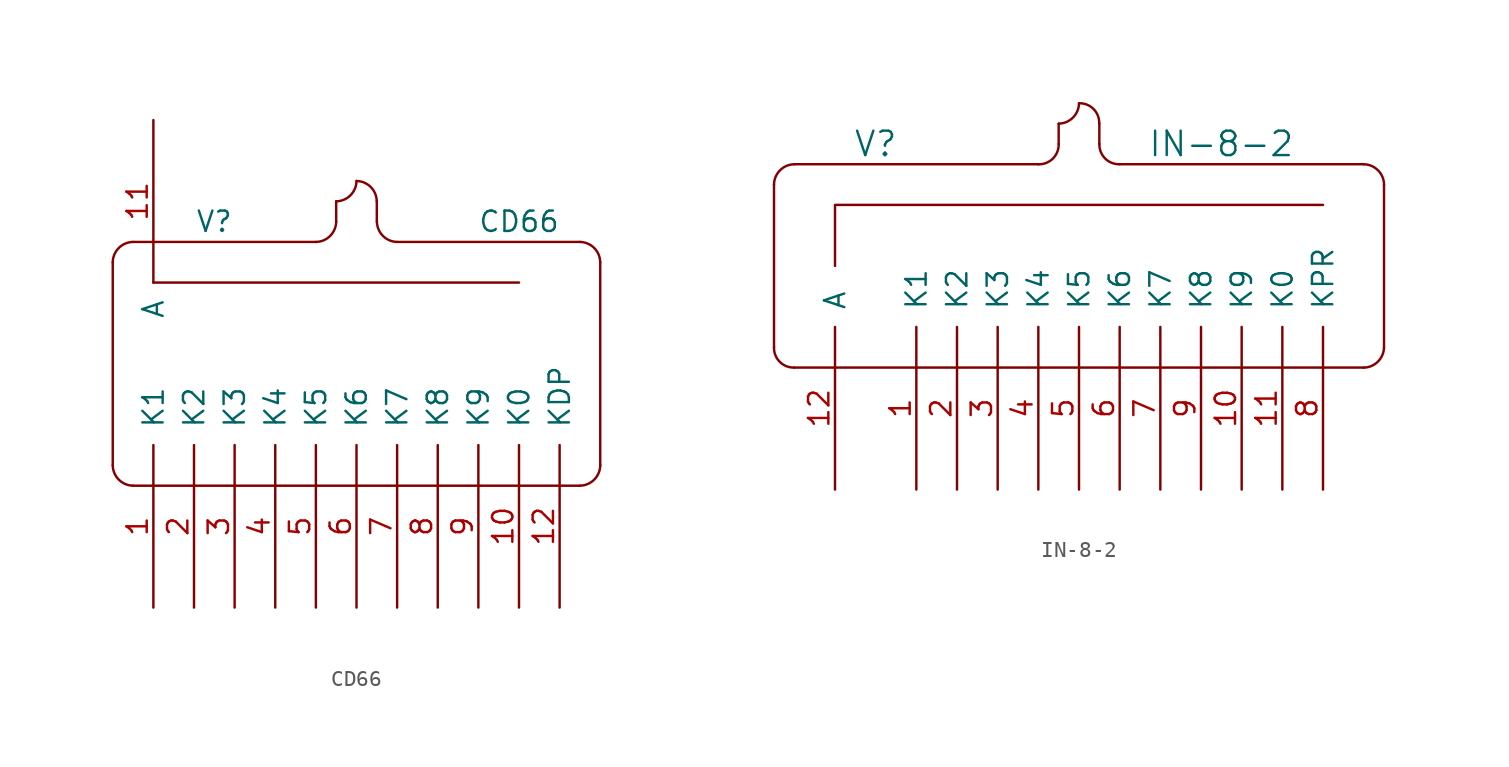
<source format=kicad_sym>
(kicad_symbol_lib
  (version 20211014)
  (generator kicad_symbol_editor)
  (symbol "CD66"
    (pin_names
      (offset 1.016))
    (property "Reference" "V"
      (at -8.89 8.89 0)
      (effects (font (size 1.27 1.27))))
    (property "Value" "CD66"
      (at 10.16 8.89 0)
      (effects (font (size 1.27 1.27))))
    (property "Footprint" ""
      (at 3.81 -1.27 0)
      (effects (font (size 1.524 1.524))))
    (property "Datasheet" ""
      (at 3.81 -1.27 0)
      (effects (font (size 1.524 1.524))))
    (symbol "CD66_0_1"
      (arc (start -15.24 -6.35) (mid -14.8666 -7.2388) (end -13.97 -7.62) (stroke (width 0) (type default) (color 0 0 0 0)) (fill (type none)))
      (arc (start -13.97 7.62) (mid -14.8588 7.2466) (end -15.24 6.35) (stroke (width 0) (type default) (color 0 0 0 0)) (fill (type none)))
      (arc (start -2.54 7.62) (mid -1.6512 7.9934) (end -1.27 8.89) (stroke (width 0) (type default) (color 0 0 0 0)) (fill (type none)))
      (arc (start -1.27 10.16) (mid -0.3812 10.5334) (end 0 11.43) (stroke (width 0) (type default) (color 0 0 0 0)) (fill (type none)))
      (polyline (pts (xy -15.24 -6.35) (xy -15.24 6.35)) (stroke (width 0) (type default) (color 0 0 0 0)) (fill (type none)))
      (polyline (pts (xy -12.7 5.08) (xy 10.16 5.08)) (stroke (width 0) (type default) (color 0 0 0 0)) (fill (type none)))
      (polyline (pts (xy -2.54 7.62) (xy -13.97 7.62)) (stroke (width 0) (type default) (color 0 0 0 0)) (fill (type none)))
      (polyline (pts (xy -1.27 8.89) (xy -1.27 10.16)) (stroke (width 0) (type default) (color 0 0 0 0)) (fill (type none)))
      (polyline (pts (xy 1.27 8.89) (xy 1.27 10.16)) (stroke (width 0) (type default) (color 0 0 0 0)) (fill (type none)))
      (polyline (pts (xy 13.97 -7.62) (xy -13.97 -7.62)) (stroke (width 0) (type default) (color 0 0 0 0)) (fill (type none)))
      (polyline (pts (xy 13.97 7.62) (xy 2.54 7.62)) (stroke (width 0) (type default) (color 0 0 0 0)) (fill (type none)))
      (polyline (pts (xy 15.24 -6.35) (xy 15.24 6.35)) (stroke (width 0) (type default) (color 0 0 0 0)) (fill (type none)))
      (arc (start 1.27 8.89) (mid 1.6434 8.0012) (end 2.54 7.62) (stroke (width 0) (type default) (color 0 0 0 0)) (fill (type none)))
      (arc (start 1.27 10.16) (mid 0.8966 11.0488) (end 0 11.43) (stroke (width 0) (type default) (color 0 0 0 0)) (fill (type none)))
      (arc (start 13.97 -7.62) (mid 14.8588 -7.2466) (end 15.24 -6.35) (stroke (width 0) (type default) (color 0 0 0 0)) (fill (type none)))
      (arc (start 15.24 6.35) (mid 14.8666 7.2388) (end 13.97 7.62) (stroke (width 0) (type default) (color 0 0 0 0)) (fill (type none))))
    (symbol "CD66_1_1"
      (pin passive line (at -12.7 -15.24 90) (length 10.16) (name "K1" (effects (font (size 1.27 1.27)))) (number "1" (effects (font (size 1.27 1.27)))))
      (pin passive line (at 10.16 -15.24 90) (length 10.16) (name "K0" (effects (font (size 1.27 1.27)))) (number "10" (effects (font (size 1.27 1.27)))))
      (pin passive line (at -12.7 15.24 270) (length 10.16) (name "A" (effects (font (size 1.27 1.27)))) (number "11" (effects (font (size 1.27 1.27)))))
      (pin passive line (at 12.7 -15.24 90) (length 10.16) (name "KDP" (effects (font (size 1.27 1.27)))) (number "12" (effects (font (size 1.27 1.27)))))
      (pin passive line (at -10.16 -15.24 90) (length 10.16) (name "K2" (effects (font (size 1.27 1.27)))) (number "2" (effects (font (size 1.27 1.27)))))
      (pin passive line (at -7.62 -15.24 90) (length 10.16) (name "K3" (effects (font (size 1.27 1.27)))) (number "3" (effects (font (size 1.27 1.27)))))
      (pin passive line (at -5.08 -15.24 90) (length 10.16) (name "K4" (effects (font (size 1.27 1.27)))) (number "4" (effects (font (size 1.27 1.27)))))
      (pin passive line (at -2.54 -15.24 90) (length 10.16) (name "K5" (effects (font (size 1.27 1.27)))) (number "5" (effects (font (size 1.27 1.27)))))
      (pin passive line (at 0 -15.24 90) (length 10.16) (name "K6" (effects (font (size 1.27 1.27)))) (number "6" (effects (font (size 1.27 1.27)))))
      (pin passive line (at 2.54 -15.24 90) (length 10.16) (name "K7" (effects (font (size 1.27 1.27)))) (number "7" (effects (font (size 1.27 1.27)))))
      (pin passive line (at 5.08 -15.24 90) (length 10.16) (name "K8" (effects (font (size 1.27 1.27)))) (number "8" (effects (font (size 1.27 1.27)))))
      (pin passive line (at 7.62 -15.24 90) (length 10.16) (name "K9" (effects (font (size 1.27 1.27)))) (number "9" (effects (font (size 1.27 1.27)))))))
  (symbol "IN-8-2"
    (pin_names
      (offset 1.016))
    (property "Reference" "V"
      (at -12.7 11.43 0)
      (effects (font (size 1.524 1.524))))
    (property "Value" "IN-8-2"
      (at 8.89 11.43 0)
      (effects (font (size 1.524 1.524))))
    (property "Footprint" ""
      (at -3.81 0 0)
      (effects (font (size 1.524 1.524))))
    (property "Datasheet" ""
      (at -3.81 0 0)
      (effects (font (size 1.524 1.524))))
    (symbol "IN-8-2_0_1"
      (arc (start -19.05 -1.27) (mid -18.6871 -2.1846) (end -17.78 -2.54) (stroke (width 0) (type default) (color 0 0 0 0)) (fill (type none)))
      (arc (start -17.78 10.16) (mid -18.6688 9.7866) (end -19.05 8.89) (stroke (width 0) (type default) (color 0 0 0 0)) (fill (type none)))
      (arc (start -2.54 10.16) (mid -1.6254 10.5229) (end -1.27 11.43) (stroke (width 0) (type default) (color 0 0 0 0)) (fill (type none)))
      (arc (start -1.27 12.7) (mid -0.3812 13.0734) (end 0 13.97) (stroke (width 0) (type default) (color 0 0 0 0)) (fill (type none)))
      (polyline (pts (xy -19.05 8.89) (xy -19.05 -1.27)) (stroke (width 0) (type default) (color 0 0 0 0)) (fill (type none)))
      (polyline (pts (xy -17.78 -2.54) (xy 17.78 -2.54)) (stroke (width 0) (type default) (color 0 0 0 0)) (fill (type none)))
      (polyline (pts (xy -2.54 10.16) (xy -17.78 10.16)) (stroke (width 0) (type default) (color 0 0 0 0)) (fill (type none)))
      (polyline (pts (xy -1.27 11.43) (xy -1.27 12.7)) (stroke (width 0) (type default) (color 0 0 0 0)) (fill (type none)))
      (polyline (pts (xy 1.27 11.43) (xy 1.27 12.7)) (stroke (width 0) (type default) (color 0 0 0 0)) (fill (type none)))
      (polyline (pts (xy 17.78 10.16) (xy 2.54 10.16)) (stroke (width 0) (type default) (color 0 0 0 0)) (fill (type none)))
      (polyline (pts (xy 19.05 8.89) (xy 19.05 -1.27)) (stroke (width 0) (type default) (color 0 0 0 0)) (fill (type none)))
      (polyline (pts (xy -15.24 3.81) (xy -15.24 7.62) (xy 15.24 7.62)) (stroke (width 0) (type default) (color 0 0 0 0)) (fill (type none)))
      (arc (start 1.27 11.43) (mid 1.6329 10.5154) (end 2.54 10.16) (stroke (width 0) (type default) (color 0 0 0 0)) (fill (type none)))
      (arc (start 1.27 12.7) (mid 0.9071 13.6146) (end 0 13.97) (stroke (width 0) (type default) (color 0 0 0 0)) (fill (type none)))
      (arc (start 17.78 -2.54) (mid 18.6688 -2.1666) (end 19.05 -1.27) (stroke (width 0) (type default) (color 0 0 0 0)) (fill (type none)))
      (arc (start 19.05 8.89) (mid 18.6766 9.7788) (end 17.78 10.16) (stroke (width 0) (type default) (color 0 0 0 0)) (fill (type none))))
    (symbol "IN-8-2_1_1"
      (pin passive line (at -10.16 -10.16 90) (length 10.16) (name "K1" (effects (font (size 1.27 1.27)))) (number "1" (effects (font (size 1.27 1.27)))))
      (pin passive line (at 10.16 -10.16 90) (length 10.16) (name "K9" (effects (font (size 1.27 1.27)))) (number "10" (effects (font (size 1.27 1.27)))))
      (pin passive line (at 12.7 -10.16 90) (length 10.16) (name "K0" (effects (font (size 1.27 1.27)))) (number "11" (effects (font (size 1.27 1.27)))))
      (pin passive line (at -15.24 -10.16 90) (length 10.16) (name "A" (effects (font (size 1.27 1.27)))) (number "12" (effects (font (size 1.27 1.27)))))
      (pin passive line (at -7.62 -10.16 90) (length 10.16) (name "K2" (effects (font (size 1.27 1.27)))) (number "2" (effects (font (size 1.27 1.27)))))
      (pin passive line (at -5.08 -10.16 90) (length 10.16) (name "K3" (effects (font (size 1.27 1.27)))) (number "3" (effects (font (size 1.27 1.27)))))
      (pin passive line (at -2.54 -10.16 90) (length 10.16) (name "K4" (effects (font (size 1.27 1.27)))) (number "4" (effects (font (size 1.27 1.27)))))
      (pin passive line (at 0 -10.16 90) (length 10.16) (name "K5" (effects (font (size 1.27 1.27)))) (number "5" (effects (font (size 1.27 1.27)))))
      (pin passive line (at 2.54 -10.16 90) (length 10.16) (name "K6" (effects (font (size 1.27 1.27)))) (number "6" (effects (font (size 1.27 1.27)))))
      (pin passive line (at 5.08 -10.16 90) (length 10.16) (name "K7" (effects (font (size 1.27 1.27)))) (number "7" (effects (font (size 1.27 1.27)))))
      (pin passive line (at 15.24 -10.16 90) (length 10.16) (name "KPR" (effects (font (size 1.27 1.27)))) (number "8" (effects (font (size 1.27 1.27)))))
      (pin passive line (at 7.62 -10.16 90) (length 10.16) (name "K8" (effects (font (size 1.27 1.27)))) (number "9" (effects (font (size 1.27 1.27))))))))
</source>
